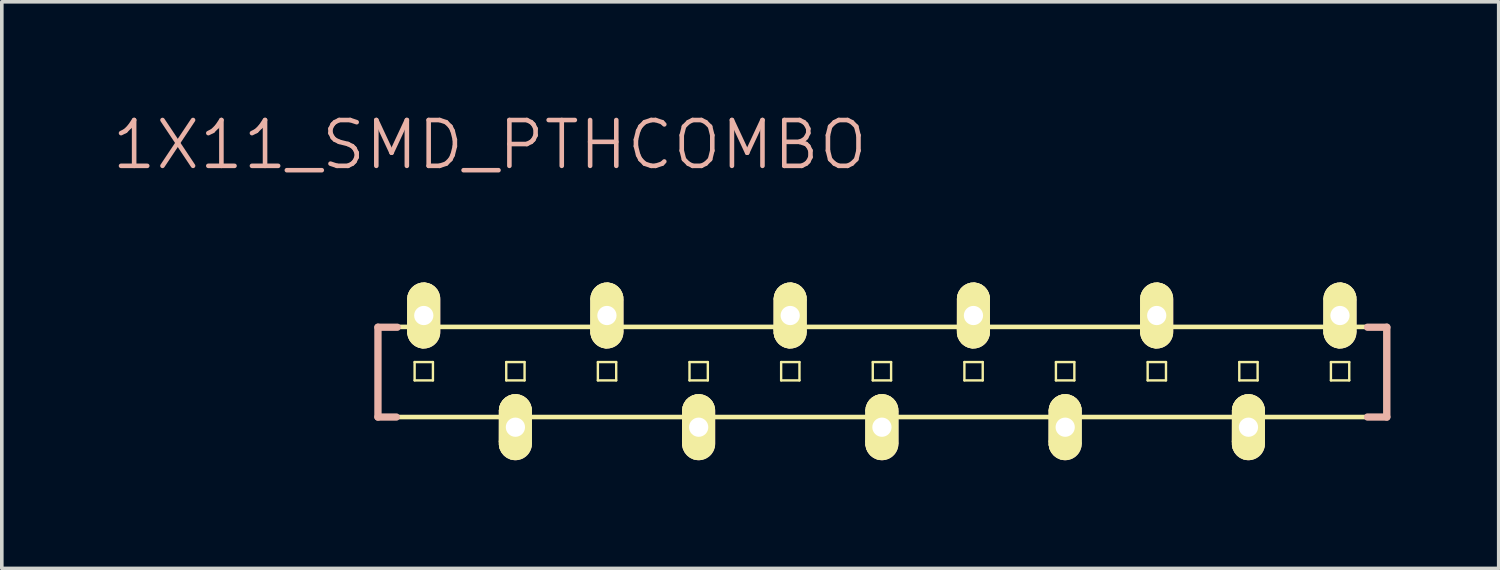
<source format=kicad_pcb>
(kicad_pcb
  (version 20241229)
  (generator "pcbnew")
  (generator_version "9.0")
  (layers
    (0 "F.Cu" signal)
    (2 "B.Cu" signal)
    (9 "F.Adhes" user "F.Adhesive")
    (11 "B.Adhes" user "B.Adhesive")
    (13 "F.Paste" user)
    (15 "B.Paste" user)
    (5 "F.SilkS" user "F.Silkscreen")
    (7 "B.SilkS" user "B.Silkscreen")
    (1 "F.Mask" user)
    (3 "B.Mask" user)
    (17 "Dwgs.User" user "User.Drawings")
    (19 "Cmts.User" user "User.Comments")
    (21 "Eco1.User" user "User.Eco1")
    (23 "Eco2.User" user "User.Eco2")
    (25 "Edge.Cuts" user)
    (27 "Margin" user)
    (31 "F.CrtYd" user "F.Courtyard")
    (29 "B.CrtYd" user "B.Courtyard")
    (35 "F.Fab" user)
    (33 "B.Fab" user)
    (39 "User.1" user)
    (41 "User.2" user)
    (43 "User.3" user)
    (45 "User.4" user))
  (footprint "1X11_SMD_PTHCOMBO"
    (layer "F.Cu")
    (at 8.697 7.24)
    (property "Reference" "1X11_SMD_PTHCOMBO" (at 1.829 -6.274 0) (layer "B.SilkS") (effects (font (size 1.27 1.27) (thickness 0.127))))
    (attr exclude_from_pos_files exclude_from_bom)
    (fp_line (start -1.27 -1.229) (end 26.67 -1.229) (stroke (width 0.127) (type solid)) (layer "F.SilkS"))
    (fp_line (start -1.27 1.27) (end -1.27 -1.229) (stroke (width 0.127) (type solid)) (layer "F.SilkS"))
    (fp_line (start -1.27 1.27) (end 26.67 1.27) (stroke (width 0.127) (type solid)) (layer "F.SilkS"))
    (fp_line (start -0.399 -1.148) (end -0.396 -1.057) (stroke (width 0.127) (type solid)) (layer "F.SilkS"))
    (fp_line (start -0.396 -2.004) (end -0.399 -1.148) (stroke (width 0.127) (type solid)) (layer "F.SilkS"))
    (fp_line (start -0.396 -1.057) (end -0.376 -0.965) (stroke (width 0.127) (type solid)) (layer "F.SilkS"))
    (fp_line (start -0.384 -2.093) (end -0.396 -2.004) (stroke (width 0.127) (type solid)) (layer "F.SilkS"))
    (fp_line (start -0.376 -0.965) (end -0.333 -0.884) (stroke (width 0.127) (type solid)) (layer "F.SilkS"))
    (fp_line (start -0.351 -2.177) (end -0.384 -2.093) (stroke (width 0.127) (type solid)) (layer "F.SilkS"))
    (fp_line (start -0.333 -0.884) (end -0.274 -0.81) (stroke (width 0.127) (type solid)) (layer "F.SilkS"))
    (fp_line (start -0.3 -2.253) (end -0.351 -2.177) (stroke (width 0.127) (type solid)) (layer "F.SilkS"))
    (fp_line (start -0.274 -0.81) (end -0.201 -0.754) (stroke (width 0.127) (type solid)) (layer "F.SilkS"))
    (fp_line (start -0.254 -0.254) (end 0.254 -0.254) (stroke (width 0.066) (type solid)) (layer "F.SilkS"))
    (fp_line (start -0.254 0.254) (end -0.254 -0.254) (stroke (width 0.066) (type solid)) (layer "F.SilkS"))
    (fp_line (start -0.254 0.254) (end 0.254 0.254) (stroke (width 0.066) (type solid)) (layer "F.SilkS"))
    (fp_line (start -0.234 -2.314) (end -0.3 -2.253) (stroke (width 0.127) (type solid)) (layer "F.SilkS"))
    (fp_line (start -0.201 -0.754) (end -0.117 -0.714) (stroke (width 0.127) (type solid)) (layer "F.SilkS"))
    (fp_line (start -0.155 -2.36) (end -0.234 -2.314) (stroke (width 0.127) (type solid)) (layer "F.SilkS"))
    (fp_line (start -0.117 -0.714) (end -0.028 -0.696) (stroke (width 0.127) (type solid)) (layer "F.SilkS"))
    (fp_line (start -0.069 -2.388) (end -0.155 -2.36) (stroke (width 0.127) (type solid)) (layer "F.SilkS"))
    (fp_line (start -0.028 -0.696) (end 0.061 -0.704) (stroke (width 0.127) (type solid)) (layer "F.SilkS"))
    (fp_line (start 0.02 -2.395) (end -0.069 -2.388) (stroke (width 0.127) (type solid)) (layer "F.SilkS"))
    (fp_line (start 0.061 -0.704) (end 0.15 -0.732) (stroke (width 0.127) (type solid)) (layer "F.SilkS"))
    (fp_line (start 0.107 -2.377) (end 0.02 -2.395) (stroke (width 0.127) (type solid)) (layer "F.SilkS"))
    (fp_line (start 0.15 -0.732) (end 0.229 -0.78) (stroke (width 0.127) (type solid)) (layer "F.SilkS"))
    (fp_line (start 0.188 -2.344) (end 0.107 -2.377) (stroke (width 0.127) (type solid)) (layer "F.SilkS"))
    (fp_line (start 0.229 -0.78) (end 0.295 -0.843) (stroke (width 0.127) (type solid)) (layer "F.SilkS"))
    (fp_line (start 0.254 0.254) (end 0.254 -0.254) (stroke (width 0.066) (type solid)) (layer "F.SilkS"))
    (fp_line (start 0.259 -2.291) (end 0.188 -2.344) (stroke (width 0.127) (type solid)) (layer "F.SilkS"))
    (fp_line (start 0.295 -0.843) (end 0.343 -0.922) (stroke (width 0.127) (type solid)) (layer "F.SilkS"))
    (fp_line (start 0.318 -2.225) (end 0.259 -2.291) (stroke (width 0.127) (type solid)) (layer "F.SilkS"))
    (fp_line (start 0.343 -0.922) (end 0.376 -1.008) (stroke (width 0.127) (type solid)) (layer "F.SilkS"))
    (fp_line (start 0.358 -2.149) (end 0.318 -2.225) (stroke (width 0.127) (type solid)) (layer "F.SilkS"))
    (fp_line (start 0.376 -1.008) (end 0.386 -1.097) (stroke (width 0.127) (type solid)) (layer "F.SilkS"))
    (fp_line (start 0.384 -2.062) (end 0.358 -2.149) (stroke (width 0.127) (type solid)) (layer "F.SilkS"))
    (fp_line (start 0.386 -1.976) (end 0.384 -2.062) (stroke (width 0.127) (type solid)) (layer "F.SilkS"))
    (fp_line (start 0.386 -1.097) (end 0.386 -1.976) (stroke (width 0.127) (type solid)) (layer "F.SilkS"))
    (fp_line (start 2.141 1.946) (end 2.144 2.037) (stroke (width 0.127) (type solid)) (layer "F.SilkS"))
    (fp_line (start 2.144 1.09) (end 2.141 1.946) (stroke (width 0.127) (type solid)) (layer "F.SilkS"))
    (fp_line (start 2.144 2.037) (end 2.164 2.129) (stroke (width 0.127) (type solid)) (layer "F.SilkS"))
    (fp_line (start 2.156 1.001) (end 2.144 1.09) (stroke (width 0.127) (type solid)) (layer "F.SilkS"))
    (fp_line (start 2.164 2.129) (end 2.207 2.21) (stroke (width 0.127) (type solid)) (layer "F.SilkS"))
    (fp_line (start 2.189 0.917) (end 2.156 1.001) (stroke (width 0.127) (type solid)) (layer "F.SilkS"))
    (fp_line (start 2.207 2.21) (end 2.266 2.283) (stroke (width 0.127) (type solid)) (layer "F.SilkS"))
    (fp_line (start 2.24 0.841) (end 2.189 0.917) (stroke (width 0.127) (type solid)) (layer "F.SilkS"))
    (fp_line (start 2.266 2.283) (end 2.339 2.339) (stroke (width 0.127) (type solid)) (layer "F.SilkS"))
    (fp_line (start 2.286 -0.254) (end 2.794 -0.254) (stroke (width 0.066) (type solid)) (layer "F.SilkS"))
    (fp_line (start 2.286 0.254) (end 2.286 -0.254) (stroke (width 0.066) (type solid)) (layer "F.SilkS"))
    (fp_line (start 2.286 0.254) (end 2.794 0.254) (stroke (width 0.066) (type solid)) (layer "F.SilkS"))
    (fp_line (start 2.306 0.78) (end 2.24 0.841) (stroke (width 0.127) (type solid)) (layer "F.SilkS"))
    (fp_line (start 2.339 2.339) (end 2.423 2.38) (stroke (width 0.127) (type solid)) (layer "F.SilkS"))
    (fp_line (start 2.385 0.734) (end 2.306 0.78) (stroke (width 0.127) (type solid)) (layer "F.SilkS"))
    (fp_line (start 2.423 2.38) (end 2.512 2.398) (stroke (width 0.127) (type solid)) (layer "F.SilkS"))
    (fp_line (start 2.471 0.706) (end 2.385 0.734) (stroke (width 0.127) (type solid)) (layer "F.SilkS"))
    (fp_line (start 2.512 2.398) (end 2.603 2.39) (stroke (width 0.127) (type solid)) (layer "F.SilkS"))
    (fp_line (start 2.563 0.699) (end 2.471 0.706) (stroke (width 0.127) (type solid)) (layer "F.SilkS"))
    (fp_line (start 2.603 2.39) (end 2.692 2.362) (stroke (width 0.127) (type solid)) (layer "F.SilkS"))
    (fp_line (start 2.649 0.716) (end 2.563 0.699) (stroke (width 0.127) (type solid)) (layer "F.SilkS"))
    (fp_line (start 2.692 2.362) (end 2.771 2.314) (stroke (width 0.127) (type solid)) (layer "F.SilkS"))
    (fp_line (start 2.731 0.749) (end 2.649 0.716) (stroke (width 0.127) (type solid)) (layer "F.SilkS"))
    (fp_line (start 2.771 2.314) (end 2.837 2.25) (stroke (width 0.127) (type solid)) (layer "F.SilkS"))
    (fp_line (start 2.794 0.254) (end 2.794 -0.254) (stroke (width 0.066) (type solid)) (layer "F.SilkS"))
    (fp_line (start 2.802 0.803) (end 2.731 0.749) (stroke (width 0.127) (type solid)) (layer "F.SilkS"))
    (fp_line (start 2.837 2.25) (end 2.885 2.172) (stroke (width 0.127) (type solid)) (layer "F.SilkS"))
    (fp_line (start 2.86 0.869) (end 2.802 0.803) (stroke (width 0.127) (type solid)) (layer "F.SilkS"))
    (fp_line (start 2.885 2.172) (end 2.918 2.085) (stroke (width 0.127) (type solid)) (layer "F.SilkS"))
    (fp_line (start 2.901 0.945) (end 2.86 0.869) (stroke (width 0.127) (type solid)) (layer "F.SilkS"))
    (fp_line (start 2.918 2.085) (end 2.929 1.996) (stroke (width 0.127) (type solid)) (layer "F.SilkS"))
    (fp_line (start 2.926 1.031) (end 2.901 0.945) (stroke (width 0.127) (type solid)) (layer "F.SilkS"))
    (fp_line (start 2.929 1.118) (end 2.926 1.031) (stroke (width 0.127) (type solid)) (layer "F.SilkS"))
    (fp_line (start 2.929 1.996) (end 2.929 1.118) (stroke (width 0.127) (type solid)) (layer "F.SilkS"))
    (fp_line (start 4.679 -1.148) (end 4.681 -1.057) (stroke (width 0.127) (type solid)) (layer "F.SilkS"))
    (fp_line (start 4.681 -2.004) (end 4.679 -1.148) (stroke (width 0.127) (type solid)) (layer "F.SilkS"))
    (fp_line (start 4.681 -1.057) (end 4.702 -0.965) (stroke (width 0.127) (type solid)) (layer "F.SilkS"))
    (fp_line (start 4.694 -2.093) (end 4.681 -2.004) (stroke (width 0.127) (type solid)) (layer "F.SilkS"))
    (fp_line (start 4.702 -0.965) (end 4.745 -0.884) (stroke (width 0.127) (type solid)) (layer "F.SilkS"))
    (fp_line (start 4.727 -2.177) (end 4.694 -2.093) (stroke (width 0.127) (type solid)) (layer "F.SilkS"))
    (fp_line (start 4.745 -0.884) (end 4.803 -0.81) (stroke (width 0.127) (type solid)) (layer "F.SilkS"))
    (fp_line (start 4.778 -2.253) (end 4.727 -2.177) (stroke (width 0.127) (type solid)) (layer "F.SilkS"))
    (fp_line (start 4.803 -0.81) (end 4.877 -0.754) (stroke (width 0.127) (type solid)) (layer "F.SilkS"))
    (fp_line (start 4.826 -0.254) (end 5.334 -0.254) (stroke (width 0.066) (type solid)) (layer "F.SilkS"))
    (fp_line (start 4.826 0.254) (end 4.826 -0.254) (stroke (width 0.066) (type solid)) (layer "F.SilkS"))
    (fp_line (start 4.826 0.254) (end 5.334 0.254) (stroke (width 0.066) (type solid)) (layer "F.SilkS"))
    (fp_line (start 4.844 -2.314) (end 4.778 -2.253) (stroke (width 0.127) (type solid)) (layer "F.SilkS"))
    (fp_line (start 4.877 -0.754) (end 4.961 -0.714) (stroke (width 0.127) (type solid)) (layer "F.SilkS"))
    (fp_line (start 4.923 -2.36) (end 4.844 -2.314) (stroke (width 0.127) (type solid)) (layer "F.SilkS"))
    (fp_line (start 4.961 -0.714) (end 5.05 -0.696) (stroke (width 0.127) (type solid)) (layer "F.SilkS"))
    (fp_line (start 5.009 -2.388) (end 4.923 -2.36) (stroke (width 0.127) (type solid)) (layer "F.SilkS"))
    (fp_line (start 5.05 -0.696) (end 5.141 -0.704) (stroke (width 0.127) (type solid)) (layer "F.SilkS"))
    (fp_line (start 5.1 -2.395) (end 5.009 -2.388) (stroke (width 0.127) (type solid)) (layer "F.SilkS"))
    (fp_line (start 5.141 -0.704) (end 5.23 -0.732) (stroke (width 0.127) (type solid)) (layer "F.SilkS"))
    (fp_line (start 5.187 -2.377) (end 5.1 -2.395) (stroke (width 0.127) (type solid)) (layer "F.SilkS"))
    (fp_line (start 5.23 -0.732) (end 5.309 -0.78) (stroke (width 0.127) (type solid)) (layer "F.SilkS"))
    (fp_line (start 5.268 -2.344) (end 5.187 -2.377) (stroke (width 0.127) (type solid)) (layer "F.SilkS"))
    (fp_line (start 5.309 -0.78) (end 5.375 -0.843) (stroke (width 0.127) (type solid)) (layer "F.SilkS"))
    (fp_line (start 5.334 0.254) (end 5.334 -0.254) (stroke (width 0.066) (type solid)) (layer "F.SilkS"))
    (fp_line (start 5.339 -2.291) (end 5.268 -2.344) (stroke (width 0.127) (type solid)) (layer "F.SilkS"))
    (fp_line (start 5.375 -0.843) (end 5.423 -0.922) (stroke (width 0.127) (type solid)) (layer "F.SilkS"))
    (fp_line (start 5.397 -2.225) (end 5.339 -2.291) (stroke (width 0.127) (type solid)) (layer "F.SilkS"))
    (fp_line (start 5.423 -0.922) (end 5.456 -1.008) (stroke (width 0.127) (type solid)) (layer "F.SilkS"))
    (fp_line (start 5.438 -2.149) (end 5.397 -2.225) (stroke (width 0.127) (type solid)) (layer "F.SilkS"))
    (fp_line (start 5.456 -1.008) (end 5.466 -1.097) (stroke (width 0.127) (type solid)) (layer "F.SilkS"))
    (fp_line (start 5.464 -2.062) (end 5.438 -2.149) (stroke (width 0.127) (type solid)) (layer "F.SilkS"))
    (fp_line (start 5.466 -1.976) (end 5.464 -2.062) (stroke (width 0.127) (type solid)) (layer "F.SilkS"))
    (fp_line (start 5.466 -1.097) (end 5.466 -1.976) (stroke (width 0.127) (type solid)) (layer "F.SilkS"))
    (fp_line (start 7.221 1.946) (end 7.224 2.037) (stroke (width 0.127) (type solid)) (layer "F.SilkS"))
    (fp_line (start 7.224 1.09) (end 7.221 1.946) (stroke (width 0.127) (type solid)) (layer "F.SilkS"))
    (fp_line (start 7.224 2.037) (end 7.244 2.129) (stroke (width 0.127) (type solid)) (layer "F.SilkS"))
    (fp_line (start 7.236 1.001) (end 7.224 1.09) (stroke (width 0.127) (type solid)) (layer "F.SilkS"))
    (fp_line (start 7.244 2.129) (end 7.287 2.21) (stroke (width 0.127) (type solid)) (layer "F.SilkS"))
    (fp_line (start 7.269 0.917) (end 7.236 1.001) (stroke (width 0.127) (type solid)) (layer "F.SilkS"))
    (fp_line (start 7.287 2.21) (end 7.346 2.283) (stroke (width 0.127) (type solid)) (layer "F.SilkS"))
    (fp_line (start 7.32 0.841) (end 7.269 0.917) (stroke (width 0.127) (type solid)) (layer "F.SilkS"))
    (fp_line (start 7.346 2.283) (end 7.419 2.339) (stroke (width 0.127) (type solid)) (layer "F.SilkS"))
    (fp_line (start 7.366 -0.254) (end 7.874 -0.254) (stroke (width 0.066) (type solid)) (layer "F.SilkS"))
    (fp_line (start 7.366 0.254) (end 7.366 -0.254) (stroke (width 0.066) (type solid)) (layer "F.SilkS"))
    (fp_line (start 7.366 0.254) (end 7.874 0.254) (stroke (width 0.066) (type solid)) (layer "F.SilkS"))
    (fp_line (start 7.386 0.78) (end 7.32 0.841) (stroke (width 0.127) (type solid)) (layer "F.SilkS"))
    (fp_line (start 7.419 2.339) (end 7.503 2.38) (stroke (width 0.127) (type solid)) (layer "F.SilkS"))
    (fp_line (start 7.465 0.734) (end 7.386 0.78) (stroke (width 0.127) (type solid)) (layer "F.SilkS"))
    (fp_line (start 7.503 2.38) (end 7.592 2.398) (stroke (width 0.127) (type solid)) (layer "F.SilkS"))
    (fp_line (start 7.551 0.706) (end 7.465 0.734) (stroke (width 0.127) (type solid)) (layer "F.SilkS"))
    (fp_line (start 7.592 2.398) (end 7.684 2.39) (stroke (width 0.127) (type solid)) (layer "F.SilkS"))
    (fp_line (start 7.643 0.699) (end 7.551 0.706) (stroke (width 0.127) (type solid)) (layer "F.SilkS"))
    (fp_line (start 7.684 2.39) (end 7.772 2.362) (stroke (width 0.127) (type solid)) (layer "F.SilkS"))
    (fp_line (start 7.729 0.716) (end 7.643 0.699) (stroke (width 0.127) (type solid)) (layer "F.SilkS"))
    (fp_line (start 7.772 2.362) (end 7.851 2.314) (stroke (width 0.127) (type solid)) (layer "F.SilkS"))
    (fp_line (start 7.811 0.749) (end 7.729 0.716) (stroke (width 0.127) (type solid)) (layer "F.SilkS"))
    (fp_line (start 7.851 2.314) (end 7.917 2.25) (stroke (width 0.127) (type solid)) (layer "F.SilkS"))
    (fp_line (start 7.874 0.254) (end 7.874 -0.254) (stroke (width 0.066) (type solid)) (layer "F.SilkS"))
    (fp_line (start 7.882 0.803) (end 7.811 0.749) (stroke (width 0.127) (type solid)) (layer "F.SilkS"))
    (fp_line (start 7.917 2.25) (end 7.965 2.172) (stroke (width 0.127) (type solid)) (layer "F.SilkS"))
    (fp_line (start 7.94 0.869) (end 7.882 0.803) (stroke (width 0.127) (type solid)) (layer "F.SilkS"))
    (fp_line (start 7.965 2.172) (end 7.998 2.085) (stroke (width 0.127) (type solid)) (layer "F.SilkS"))
    (fp_line (start 7.981 0.945) (end 7.94 0.869) (stroke (width 0.127) (type solid)) (layer "F.SilkS"))
    (fp_line (start 7.998 2.085) (end 8.009 1.996) (stroke (width 0.127) (type solid)) (layer "F.SilkS"))
    (fp_line (start 8.006 1.031) (end 7.981 0.945) (stroke (width 0.127) (type solid)) (layer "F.SilkS"))
    (fp_line (start 8.009 1.118) (end 8.006 1.031) (stroke (width 0.127) (type solid)) (layer "F.SilkS"))
    (fp_line (start 8.009 1.996) (end 8.009 1.118) (stroke (width 0.127) (type solid)) (layer "F.SilkS"))
    (fp_line (start 9.759 -1.148) (end 9.761 -1.057) (stroke (width 0.127) (type solid)) (layer "F.SilkS"))
    (fp_line (start 9.761 -2.004) (end 9.759 -1.148) (stroke (width 0.127) (type solid)) (layer "F.SilkS"))
    (fp_line (start 9.761 -1.057) (end 9.782 -0.965) (stroke (width 0.127) (type solid)) (layer "F.SilkS"))
    (fp_line (start 9.774 -2.093) (end 9.761 -2.004) (stroke (width 0.127) (type solid)) (layer "F.SilkS"))
    (fp_line (start 9.782 -0.965) (end 9.825 -0.884) (stroke (width 0.127) (type solid)) (layer "F.SilkS"))
    (fp_line (start 9.807 -2.177) (end 9.774 -2.093) (stroke (width 0.127) (type solid)) (layer "F.SilkS"))
    (fp_line (start 9.825 -0.884) (end 9.883 -0.81) (stroke (width 0.127) (type solid)) (layer "F.SilkS"))
    (fp_line (start 9.858 -2.253) (end 9.807 -2.177) (stroke (width 0.127) (type solid)) (layer "F.SilkS"))
    (fp_line (start 9.883 -0.81) (end 9.957 -0.754) (stroke (width 0.127) (type solid)) (layer "F.SilkS"))
    (fp_line (start 9.906 -0.254) (end 10.414 -0.254) (stroke (width 0.066) (type solid)) (layer "F.SilkS"))
    (fp_line (start 9.906 0.254) (end 9.906 -0.254) (stroke (width 0.066) (type solid)) (layer "F.SilkS"))
    (fp_line (start 9.906 0.254) (end 10.414 0.254) (stroke (width 0.066) (type solid)) (layer "F.SilkS"))
    (fp_line (start 9.924 -2.314) (end 9.858 -2.253) (stroke (width 0.127) (type solid)) (layer "F.SilkS"))
    (fp_line (start 9.957 -0.754) (end 10.041 -0.714) (stroke (width 0.127) (type solid)) (layer "F.SilkS"))
    (fp_line (start 10.003 -2.36) (end 9.924 -2.314) (stroke (width 0.127) (type solid)) (layer "F.SilkS"))
    (fp_line (start 10.041 -0.714) (end 10.13 -0.696) (stroke (width 0.127) (type solid)) (layer "F.SilkS"))
    (fp_line (start 10.089 -2.388) (end 10.003 -2.36) (stroke (width 0.127) (type solid)) (layer "F.SilkS"))
    (fp_line (start 10.13 -0.696) (end 10.221 -0.704) (stroke (width 0.127) (type solid)) (layer "F.SilkS"))
    (fp_line (start 10.18 -2.395) (end 10.089 -2.388) (stroke (width 0.127) (type solid)) (layer "F.SilkS"))
    (fp_line (start 10.221 -0.704) (end 10.31 -0.732) (stroke (width 0.127) (type solid)) (layer "F.SilkS"))
    (fp_line (start 10.267 -2.377) (end 10.18 -2.395) (stroke (width 0.127) (type solid)) (layer "F.SilkS"))
    (fp_line (start 10.31 -0.732) (end 10.389 -0.78) (stroke (width 0.127) (type solid)) (layer "F.SilkS"))
    (fp_line (start 10.348 -2.344) (end 10.267 -2.377) (stroke (width 0.127) (type solid)) (layer "F.SilkS"))
    (fp_line (start 10.389 -0.78) (end 10.455 -0.843) (stroke (width 0.127) (type solid)) (layer "F.SilkS"))
    (fp_line (start 10.414 0.254) (end 10.414 -0.254) (stroke (width 0.066) (type solid)) (layer "F.SilkS"))
    (fp_line (start 10.419 -2.291) (end 10.348 -2.344) (stroke (width 0.127) (type solid)) (layer "F.SilkS"))
    (fp_line (start 10.455 -0.843) (end 10.503 -0.922) (stroke (width 0.127) (type solid)) (layer "F.SilkS"))
    (fp_line (start 10.477 -2.225) (end 10.419 -2.291) (stroke (width 0.127) (type solid)) (layer "F.SilkS"))
    (fp_line (start 10.503 -0.922) (end 10.536 -1.008) (stroke (width 0.127) (type solid)) (layer "F.SilkS"))
    (fp_line (start 10.518 -2.149) (end 10.477 -2.225) (stroke (width 0.127) (type solid)) (layer "F.SilkS"))
    (fp_line (start 10.536 -1.008) (end 10.546 -1.097) (stroke (width 0.127) (type solid)) (layer "F.SilkS"))
    (fp_line (start 10.544 -2.062) (end 10.518 -2.149) (stroke (width 0.127) (type solid)) (layer "F.SilkS"))
    (fp_line (start 10.546 -1.976) (end 10.544 -2.062) (stroke (width 0.127) (type solid)) (layer "F.SilkS"))
    (fp_line (start 10.546 -1.097) (end 10.546 -1.976) (stroke (width 0.127) (type solid)) (layer "F.SilkS"))
    (fp_line (start 12.301 1.946) (end 12.304 2.037) (stroke (width 0.127) (type solid)) (layer "F.SilkS"))
    (fp_line (start 12.304 1.09) (end 12.301 1.946) (stroke (width 0.127) (type solid)) (layer "F.SilkS"))
    (fp_line (start 12.304 2.037) (end 12.324 2.129) (stroke (width 0.127) (type solid)) (layer "F.SilkS"))
    (fp_line (start 12.316 1.001) (end 12.304 1.09) (stroke (width 0.127) (type solid)) (layer "F.SilkS"))
    (fp_line (start 12.324 2.129) (end 12.367 2.21) (stroke (width 0.127) (type solid)) (layer "F.SilkS"))
    (fp_line (start 12.349 0.917) (end 12.316 1.001) (stroke (width 0.127) (type solid)) (layer "F.SilkS"))
    (fp_line (start 12.367 2.21) (end 12.426 2.283) (stroke (width 0.127) (type solid)) (layer "F.SilkS"))
    (fp_line (start 12.4 0.841) (end 12.349 0.917) (stroke (width 0.127) (type solid)) (layer "F.SilkS"))
    (fp_line (start 12.426 2.283) (end 12.499 2.339) (stroke (width 0.127) (type solid)) (layer "F.SilkS"))
    (fp_line (start 12.446 -0.254) (end 12.954 -0.254) (stroke (width 0.066) (type solid)) (layer "F.SilkS"))
    (fp_line (start 12.446 0.254) (end 12.446 -0.254) (stroke (width 0.066) (type solid)) (layer "F.SilkS"))
    (fp_line (start 12.446 0.254) (end 12.954 0.254) (stroke (width 0.066) (type solid)) (layer "F.SilkS"))
    (fp_line (start 12.466 0.78) (end 12.4 0.841) (stroke (width 0.127) (type solid)) (layer "F.SilkS"))
    (fp_line (start 12.499 2.339) (end 12.583 2.38) (stroke (width 0.127) (type solid)) (layer "F.SilkS"))
    (fp_line (start 12.545 0.734) (end 12.466 0.78) (stroke (width 0.127) (type solid)) (layer "F.SilkS"))
    (fp_line (start 12.583 2.38) (end 12.672 2.398) (stroke (width 0.127) (type solid)) (layer "F.SilkS"))
    (fp_line (start 12.631 0.706) (end 12.545 0.734) (stroke (width 0.127) (type solid)) (layer "F.SilkS"))
    (fp_line (start 12.672 2.398) (end 12.764 2.39) (stroke (width 0.127) (type solid)) (layer "F.SilkS"))
    (fp_line (start 12.723 0.699) (end 12.631 0.706) (stroke (width 0.127) (type solid)) (layer "F.SilkS"))
    (fp_line (start 12.764 2.39) (end 12.852 2.362) (stroke (width 0.127) (type solid)) (layer "F.SilkS"))
    (fp_line (start 12.809 0.716) (end 12.723 0.699) (stroke (width 0.127) (type solid)) (layer "F.SilkS"))
    (fp_line (start 12.852 2.362) (end 12.931 2.314) (stroke (width 0.127) (type solid)) (layer "F.SilkS"))
    (fp_line (start 12.89 0.749) (end 12.809 0.716) (stroke (width 0.127) (type solid)) (layer "F.SilkS"))
    (fp_line (start 12.931 2.314) (end 12.997 2.25) (stroke (width 0.127) (type solid)) (layer "F.SilkS"))
    (fp_line (start 12.954 0.254) (end 12.954 -0.254) (stroke (width 0.066) (type solid)) (layer "F.SilkS"))
    (fp_line (start 12.962 0.803) (end 12.89 0.749) (stroke (width 0.127) (type solid)) (layer "F.SilkS"))
    (fp_line (start 12.997 2.25) (end 13.045 2.172) (stroke (width 0.127) (type solid)) (layer "F.SilkS"))
    (fp_line (start 13.02 0.869) (end 12.962 0.803) (stroke (width 0.127) (type solid)) (layer "F.SilkS"))
    (fp_line (start 13.045 2.172) (end 13.078 2.085) (stroke (width 0.127) (type solid)) (layer "F.SilkS"))
    (fp_line (start 13.061 0.945) (end 13.02 0.869) (stroke (width 0.127) (type solid)) (layer "F.SilkS"))
    (fp_line (start 13.078 2.085) (end 13.089 1.996) (stroke (width 0.127) (type solid)) (layer "F.SilkS"))
    (fp_line (start 13.086 1.031) (end 13.061 0.945) (stroke (width 0.127) (type solid)) (layer "F.SilkS"))
    (fp_line (start 13.089 1.118) (end 13.086 1.031) (stroke (width 0.127) (type solid)) (layer "F.SilkS"))
    (fp_line (start 13.089 1.996) (end 13.089 1.118) (stroke (width 0.127) (type solid)) (layer "F.SilkS"))
    (fp_line (start 14.839 -1.148) (end 14.841 -1.057) (stroke (width 0.127) (type solid)) (layer "F.SilkS"))
    (fp_line (start 14.841 -2.004) (end 14.839 -1.148) (stroke (width 0.127) (type solid)) (layer "F.SilkS"))
    (fp_line (start 14.841 -1.057) (end 14.862 -0.965) (stroke (width 0.127) (type solid)) (layer "F.SilkS"))
    (fp_line (start 14.854 -2.093) (end 14.841 -2.004) (stroke (width 0.127) (type solid)) (layer "F.SilkS"))
    (fp_line (start 14.862 -0.965) (end 14.905 -0.884) (stroke (width 0.127) (type solid)) (layer "F.SilkS"))
    (fp_line (start 14.887 -2.177) (end 14.854 -2.093) (stroke (width 0.127) (type solid)) (layer "F.SilkS"))
    (fp_line (start 14.905 -0.884) (end 14.963 -0.81) (stroke (width 0.127) (type solid)) (layer "F.SilkS"))
    (fp_line (start 14.938 -2.253) (end 14.887 -2.177) (stroke (width 0.127) (type solid)) (layer "F.SilkS"))
    (fp_line (start 14.963 -0.81) (end 15.037 -0.754) (stroke (width 0.127) (type solid)) (layer "F.SilkS"))
    (fp_line (start 14.986 -0.254) (end 15.494 -0.254) (stroke (width 0.066) (type solid)) (layer "F.SilkS"))
    (fp_line (start 14.986 0.254) (end 14.986 -0.254) (stroke (width 0.066) (type solid)) (layer "F.SilkS"))
    (fp_line (start 14.986 0.254) (end 15.494 0.254) (stroke (width 0.066) (type solid)) (layer "F.SilkS"))
    (fp_line (start 15.004 -2.314) (end 14.938 -2.253) (stroke (width 0.127) (type solid)) (layer "F.SilkS"))
    (fp_line (start 15.037 -0.754) (end 15.121 -0.714) (stroke (width 0.127) (type solid)) (layer "F.SilkS"))
    (fp_line (start 15.083 -2.36) (end 15.004 -2.314) (stroke (width 0.127) (type solid)) (layer "F.SilkS"))
    (fp_line (start 15.121 -0.714) (end 15.21 -0.696) (stroke (width 0.127) (type solid)) (layer "F.SilkS"))
    (fp_line (start 15.169 -2.388) (end 15.083 -2.36) (stroke (width 0.127) (type solid)) (layer "F.SilkS"))
    (fp_line (start 15.21 -0.696) (end 15.301 -0.704) (stroke (width 0.127) (type solid)) (layer "F.SilkS"))
    (fp_line (start 15.26 -2.395) (end 15.169 -2.388) (stroke (width 0.127) (type solid)) (layer "F.SilkS"))
    (fp_line (start 15.301 -0.704) (end 15.39 -0.732) (stroke (width 0.127) (type solid)) (layer "F.SilkS"))
    (fp_line (start 15.347 -2.377) (end 15.26 -2.395) (stroke (width 0.127) (type solid)) (layer "F.SilkS"))
    (fp_line (start 15.39 -0.732) (end 15.469 -0.78) (stroke (width 0.127) (type solid)) (layer "F.SilkS"))
    (fp_line (start 15.428 -2.344) (end 15.347 -2.377) (stroke (width 0.127) (type solid)) (layer "F.SilkS"))
    (fp_line (start 15.469 -0.78) (end 15.535 -0.843) (stroke (width 0.127) (type solid)) (layer "F.SilkS"))
    (fp_line (start 15.494 0.254) (end 15.494 -0.254) (stroke (width 0.066) (type solid)) (layer "F.SilkS"))
    (fp_line (start 15.499 -2.291) (end 15.428 -2.344) (stroke (width 0.127) (type solid)) (layer "F.SilkS"))
    (fp_line (start 15.535 -0.843) (end 15.583 -0.922) (stroke (width 0.127) (type solid)) (layer "F.SilkS"))
    (fp_line (start 15.557 -2.225) (end 15.499 -2.291) (stroke (width 0.127) (type solid)) (layer "F.SilkS"))
    (fp_line (start 15.583 -0.922) (end 15.616 -1.008) (stroke (width 0.127) (type solid)) (layer "F.SilkS"))
    (fp_line (start 15.598 -2.149) (end 15.557 -2.225) (stroke (width 0.127) (type solid)) (layer "F.SilkS"))
    (fp_line (start 15.616 -1.008) (end 15.626 -1.097) (stroke (width 0.127) (type solid)) (layer "F.SilkS"))
    (fp_line (start 15.624 -2.062) (end 15.598 -2.149) (stroke (width 0.127) (type solid)) (layer "F.SilkS"))
    (fp_line (start 15.626 -1.976) (end 15.624 -2.062) (stroke (width 0.127) (type solid)) (layer "F.SilkS"))
    (fp_line (start 15.626 -1.097) (end 15.626 -1.976) (stroke (width 0.127) (type solid)) (layer "F.SilkS"))
    (fp_line (start 17.381 1.946) (end 17.384 2.037) (stroke (width 0.127) (type solid)) (layer "F.SilkS"))
    (fp_line (start 17.384 1.09) (end 17.381 1.946) (stroke (width 0.127) (type solid)) (layer "F.SilkS"))
    (fp_line (start 17.384 2.037) (end 17.404 2.129) (stroke (width 0.127) (type solid)) (layer "F.SilkS"))
    (fp_line (start 17.396 1.001) (end 17.384 1.09) (stroke (width 0.127) (type solid)) (layer "F.SilkS"))
    (fp_line (start 17.404 2.129) (end 17.447 2.21) (stroke (width 0.127) (type solid)) (layer "F.SilkS"))
    (fp_line (start 17.429 0.917) (end 17.396 1.001) (stroke (width 0.127) (type solid)) (layer "F.SilkS"))
    (fp_line (start 17.447 2.21) (end 17.506 2.283) (stroke (width 0.127) (type solid)) (layer "F.SilkS"))
    (fp_line (start 17.48 0.841) (end 17.429 0.917) (stroke (width 0.127) (type solid)) (layer "F.SilkS"))
    (fp_line (start 17.506 2.283) (end 17.579 2.339) (stroke (width 0.127) (type solid)) (layer "F.SilkS"))
    (fp_line (start 17.523 -0.254) (end 18.034 -0.254) (stroke (width 0.066) (type solid)) (layer "F.SilkS"))
    (fp_line (start 17.523 0.254) (end 17.523 -0.254) (stroke (width 0.066) (type solid)) (layer "F.SilkS"))
    (fp_line (start 17.523 0.254) (end 18.034 0.254) (stroke (width 0.066) (type solid)) (layer "F.SilkS"))
    (fp_line (start 17.546 0.78) (end 17.48 0.841) (stroke (width 0.127) (type solid)) (layer "F.SilkS"))
    (fp_line (start 17.579 2.339) (end 17.663 2.38) (stroke (width 0.127) (type solid)) (layer "F.SilkS"))
    (fp_line (start 17.625 0.734) (end 17.546 0.78) (stroke (width 0.127) (type solid)) (layer "F.SilkS"))
    (fp_line (start 17.663 2.38) (end 17.752 2.398) (stroke (width 0.127) (type solid)) (layer "F.SilkS"))
    (fp_line (start 17.711 0.706) (end 17.625 0.734) (stroke (width 0.127) (type solid)) (layer "F.SilkS"))
    (fp_line (start 17.752 2.398) (end 17.843 2.39) (stroke (width 0.127) (type solid)) (layer "F.SilkS"))
    (fp_line (start 17.803 0.699) (end 17.711 0.706) (stroke (width 0.127) (type solid)) (layer "F.SilkS"))
    (fp_line (start 17.843 2.39) (end 17.932 2.362) (stroke (width 0.127) (type solid)) (layer "F.SilkS"))
    (fp_line (start 17.889 0.716) (end 17.803 0.699) (stroke (width 0.127) (type solid)) (layer "F.SilkS"))
    (fp_line (start 17.932 2.362) (end 18.011 2.314) (stroke (width 0.127) (type solid)) (layer "F.SilkS"))
    (fp_line (start 17.971 0.749) (end 17.889 0.716) (stroke (width 0.127) (type solid)) (layer "F.SilkS"))
    (fp_line (start 18.011 2.314) (end 18.077 2.25) (stroke (width 0.127) (type solid)) (layer "F.SilkS"))
    (fp_line (start 18.034 0.254) (end 18.034 -0.254) (stroke (width 0.066) (type solid)) (layer "F.SilkS"))
    (fp_line (start 18.042 0.803) (end 17.971 0.749) (stroke (width 0.127) (type solid)) (layer "F.SilkS"))
    (fp_line (start 18.077 2.25) (end 18.125 2.172) (stroke (width 0.127) (type solid)) (layer "F.SilkS"))
    (fp_line (start 18.1 0.869) (end 18.042 0.803) (stroke (width 0.127) (type solid)) (layer "F.SilkS"))
    (fp_line (start 18.125 2.172) (end 18.158 2.085) (stroke (width 0.127) (type solid)) (layer "F.SilkS"))
    (fp_line (start 18.141 0.945) (end 18.1 0.869) (stroke (width 0.127) (type solid)) (layer "F.SilkS"))
    (fp_line (start 18.158 2.085) (end 18.169 1.996) (stroke (width 0.127) (type solid)) (layer "F.SilkS"))
    (fp_line (start 18.166 1.031) (end 18.141 0.945) (stroke (width 0.127) (type solid)) (layer "F.SilkS"))
    (fp_line (start 18.169 1.118) (end 18.166 1.031) (stroke (width 0.127) (type solid)) (layer "F.SilkS"))
    (fp_line (start 18.169 1.996) (end 18.169 1.118) (stroke (width 0.127) (type solid)) (layer "F.SilkS"))
    (fp_line (start 19.919 -1.148) (end 19.921 -1.057) (stroke (width 0.127) (type solid)) (layer "F.SilkS"))
    (fp_line (start 19.921 -2.004) (end 19.919 -1.148) (stroke (width 0.127) (type solid)) (layer "F.SilkS"))
    (fp_line (start 19.921 -1.057) (end 19.942 -0.965) (stroke (width 0.127) (type solid)) (layer "F.SilkS"))
    (fp_line (start 19.934 -2.093) (end 19.921 -2.004) (stroke (width 0.127) (type solid)) (layer "F.SilkS"))
    (fp_line (start 19.942 -0.965) (end 19.985 -0.884) (stroke (width 0.127) (type solid)) (layer "F.SilkS"))
    (fp_line (start 19.967 -2.177) (end 19.934 -2.093) (stroke (width 0.127) (type solid)) (layer "F.SilkS"))
    (fp_line (start 19.985 -0.884) (end 20.043 -0.81) (stroke (width 0.127) (type solid)) (layer "F.SilkS"))
    (fp_line (start 20.018 -2.253) (end 19.967 -2.177) (stroke (width 0.127) (type solid)) (layer "F.SilkS"))
    (fp_line (start 20.043 -0.81) (end 20.117 -0.754) (stroke (width 0.127) (type solid)) (layer "F.SilkS"))
    (fp_line (start 20.066 -0.254) (end 20.574 -0.254) (stroke (width 0.066) (type solid)) (layer "F.SilkS"))
    (fp_line (start 20.066 0.254) (end 20.066 -0.254) (stroke (width 0.066) (type solid)) (layer "F.SilkS"))
    (fp_line (start 20.066 0.254) (end 20.574 0.254) (stroke (width 0.066) (type solid)) (layer "F.SilkS"))
    (fp_line (start 20.084 -2.314) (end 20.018 -2.253) (stroke (width 0.127) (type solid)) (layer "F.SilkS"))
    (fp_line (start 20.117 -0.754) (end 20.201 -0.714) (stroke (width 0.127) (type solid)) (layer "F.SilkS"))
    (fp_line (start 20.163 -2.36) (end 20.084 -2.314) (stroke (width 0.127) (type solid)) (layer "F.SilkS"))
    (fp_line (start 20.201 -0.714) (end 20.29 -0.696) (stroke (width 0.127) (type solid)) (layer "F.SilkS"))
    (fp_line (start 20.249 -2.388) (end 20.163 -2.36) (stroke (width 0.127) (type solid)) (layer "F.SilkS"))
    (fp_line (start 20.29 -0.696) (end 20.381 -0.704) (stroke (width 0.127) (type solid)) (layer "F.SilkS"))
    (fp_line (start 20.34 -2.395) (end 20.249 -2.388) (stroke (width 0.127) (type solid)) (layer "F.SilkS"))
    (fp_line (start 20.381 -0.704) (end 20.47 -0.732) (stroke (width 0.127) (type solid)) (layer "F.SilkS"))
    (fp_line (start 20.427 -2.377) (end 20.34 -2.395) (stroke (width 0.127) (type solid)) (layer "F.SilkS"))
    (fp_line (start 20.47 -0.732) (end 20.549 -0.78) (stroke (width 0.127) (type solid)) (layer "F.SilkS"))
    (fp_line (start 20.508 -2.344) (end 20.427 -2.377) (stroke (width 0.127) (type solid)) (layer "F.SilkS"))
    (fp_line (start 20.549 -0.78) (end 20.615 -0.843) (stroke (width 0.127) (type solid)) (layer "F.SilkS"))
    (fp_line (start 20.574 0.254) (end 20.574 -0.254) (stroke (width 0.066) (type solid)) (layer "F.SilkS"))
    (fp_line (start 20.579 -2.291) (end 20.508 -2.344) (stroke (width 0.127) (type solid)) (layer "F.SilkS"))
    (fp_line (start 20.615 -0.843) (end 20.663 -0.922) (stroke (width 0.127) (type solid)) (layer "F.SilkS"))
    (fp_line (start 20.637 -2.225) (end 20.579 -2.291) (stroke (width 0.127) (type solid)) (layer "F.SilkS"))
    (fp_line (start 20.663 -0.922) (end 20.696 -1.008) (stroke (width 0.127) (type solid)) (layer "F.SilkS"))
    (fp_line (start 20.678 -2.149) (end 20.637 -2.225) (stroke (width 0.127) (type solid)) (layer "F.SilkS"))
    (fp_line (start 20.696 -1.008) (end 20.706 -1.097) (stroke (width 0.127) (type solid)) (layer "F.SilkS"))
    (fp_line (start 20.704 -2.062) (end 20.678 -2.149) (stroke (width 0.127) (type solid)) (layer "F.SilkS"))
    (fp_line (start 20.706 -1.976) (end 20.704 -2.062) (stroke (width 0.127) (type solid)) (layer "F.SilkS"))
    (fp_line (start 20.706 -1.097) (end 20.706 -1.976) (stroke (width 0.127) (type solid)) (layer "F.SilkS"))
    (fp_line (start 22.461 1.946) (end 22.464 2.037) (stroke (width 0.127) (type solid)) (layer "F.SilkS"))
    (fp_line (start 22.464 1.09) (end 22.461 1.946) (stroke (width 0.127) (type solid)) (layer "F.SilkS"))
    (fp_line (start 22.464 2.037) (end 22.484 2.129) (stroke (width 0.127) (type solid)) (layer "F.SilkS"))
    (fp_line (start 22.476 1.001) (end 22.464 1.09) (stroke (width 0.127) (type solid)) (layer "F.SilkS"))
    (fp_line (start 22.484 2.129) (end 22.527 2.21) (stroke (width 0.127) (type solid)) (layer "F.SilkS"))
    (fp_line (start 22.509 0.917) (end 22.476 1.001) (stroke (width 0.127) (type solid)) (layer "F.SilkS"))
    (fp_line (start 22.527 2.21) (end 22.586 2.283) (stroke (width 0.127) (type solid)) (layer "F.SilkS"))
    (fp_line (start 22.56 0.841) (end 22.509 0.917) (stroke (width 0.127) (type solid)) (layer "F.SilkS"))
    (fp_line (start 22.586 2.283) (end 22.659 2.339) (stroke (width 0.127) (type solid)) (layer "F.SilkS"))
    (fp_line (start 22.606 -0.254) (end 23.114 -0.254) (stroke (width 0.066) (type solid)) (layer "F.SilkS"))
    (fp_line (start 22.606 0.254) (end 22.606 -0.254) (stroke (width 0.066) (type solid)) (layer "F.SilkS"))
    (fp_line (start 22.606 0.254) (end 23.114 0.254) (stroke (width 0.066) (type solid)) (layer "F.SilkS"))
    (fp_line (start 22.626 0.78) (end 22.56 0.841) (stroke (width 0.127) (type solid)) (layer "F.SilkS"))
    (fp_line (start 22.659 2.339) (end 22.743 2.38) (stroke (width 0.127) (type solid)) (layer "F.SilkS"))
    (fp_line (start 22.705 0.734) (end 22.626 0.78) (stroke (width 0.127) (type solid)) (layer "F.SilkS"))
    (fp_line (start 22.743 2.38) (end 22.832 2.398) (stroke (width 0.127) (type solid)) (layer "F.SilkS"))
    (fp_line (start 22.791 0.706) (end 22.705 0.734) (stroke (width 0.127) (type solid)) (layer "F.SilkS"))
    (fp_line (start 22.832 2.398) (end 22.924 2.39) (stroke (width 0.127) (type solid)) (layer "F.SilkS"))
    (fp_line (start 22.883 0.699) (end 22.791 0.706) (stroke (width 0.127) (type solid)) (layer "F.SilkS"))
    (fp_line (start 22.924 2.39) (end 23.012 2.362) (stroke (width 0.127) (type solid)) (layer "F.SilkS"))
    (fp_line (start 22.969 0.716) (end 22.883 0.699) (stroke (width 0.127) (type solid)) (layer "F.SilkS"))
    (fp_line (start 23.012 2.362) (end 23.091 2.314) (stroke (width 0.127) (type solid)) (layer "F.SilkS"))
    (fp_line (start 23.05 0.749) (end 22.969 0.716) (stroke (width 0.127) (type solid)) (layer "F.SilkS"))
    (fp_line (start 23.091 2.314) (end 23.157 2.25) (stroke (width 0.127) (type solid)) (layer "F.SilkS"))
    (fp_line (start 23.114 0.254) (end 23.114 -0.254) (stroke (width 0.066) (type solid)) (layer "F.SilkS"))
    (fp_line (start 23.122 0.803) (end 23.05 0.749) (stroke (width 0.127) (type solid)) (layer "F.SilkS"))
    (fp_line (start 23.157 2.25) (end 23.205 2.172) (stroke (width 0.127) (type solid)) (layer "F.SilkS"))
    (fp_line (start 23.18 0.869) (end 23.122 0.803) (stroke (width 0.127) (type solid)) (layer "F.SilkS"))
    (fp_line (start 23.205 2.172) (end 23.238 2.085) (stroke (width 0.127) (type solid)) (layer "F.SilkS"))
    (fp_line (start 23.221 0.945) (end 23.18 0.869) (stroke (width 0.127) (type solid)) (layer "F.SilkS"))
    (fp_line (start 23.238 2.085) (end 23.249 1.996) (stroke (width 0.127) (type solid)) (layer "F.SilkS"))
    (fp_line (start 23.246 1.031) (end 23.221 0.945) (stroke (width 0.127) (type solid)) (layer "F.SilkS"))
    (fp_line (start 23.249 1.118) (end 23.246 1.031) (stroke (width 0.127) (type solid)) (layer "F.SilkS"))
    (fp_line (start 23.249 1.996) (end 23.249 1.118) (stroke (width 0.127) (type solid)) (layer "F.SilkS"))
    (fp_line (start 24.999 -1.148) (end 25.001 -1.057) (stroke (width 0.127) (type solid)) (layer "F.SilkS"))
    (fp_line (start 25.001 -2.004) (end 24.999 -1.148) (stroke (width 0.127) (type solid)) (layer "F.SilkS"))
    (fp_line (start 25.001 -1.057) (end 25.022 -0.965) (stroke (width 0.127) (type solid)) (layer "F.SilkS"))
    (fp_line (start 25.014 -2.093) (end 25.001 -2.004) (stroke (width 0.127) (type solid)) (layer "F.SilkS"))
    (fp_line (start 25.022 -0.965) (end 25.065 -0.884) (stroke (width 0.127) (type solid)) (layer "F.SilkS"))
    (fp_line (start 25.047 -2.177) (end 25.014 -2.093) (stroke (width 0.127) (type solid)) (layer "F.SilkS"))
    (fp_line (start 25.065 -0.884) (end 25.123 -0.81) (stroke (width 0.127) (type solid)) (layer "F.SilkS"))
    (fp_line (start 25.098 -2.253) (end 25.047 -2.177) (stroke (width 0.127) (type solid)) (layer "F.SilkS"))
    (fp_line (start 25.123 -0.81) (end 25.197 -0.754) (stroke (width 0.127) (type solid)) (layer "F.SilkS"))
    (fp_line (start 25.146 -0.254) (end 25.654 -0.254) (stroke (width 0.066) (type solid)) (layer "F.SilkS"))
    (fp_line (start 25.146 0.254) (end 25.146 -0.254) (stroke (width 0.066) (type solid)) (layer "F.SilkS"))
    (fp_line (start 25.146 0.254) (end 25.654 0.254) (stroke (width 0.066) (type solid)) (layer "F.SilkS"))
    (fp_line (start 25.164 -2.314) (end 25.098 -2.253) (stroke (width 0.127) (type solid)) (layer "F.SilkS"))
    (fp_line (start 25.197 -0.754) (end 25.281 -0.714) (stroke (width 0.127) (type solid)) (layer "F.SilkS"))
    (fp_line (start 25.243 -2.36) (end 25.164 -2.314) (stroke (width 0.127) (type solid)) (layer "F.SilkS"))
    (fp_line (start 25.281 -0.714) (end 25.37 -0.696) (stroke (width 0.127) (type solid)) (layer "F.SilkS"))
    (fp_line (start 25.329 -2.388) (end 25.243 -2.36) (stroke (width 0.127) (type solid)) (layer "F.SilkS"))
    (fp_line (start 25.37 -0.696) (end 25.461 -0.704) (stroke (width 0.127) (type solid)) (layer "F.SilkS"))
    (fp_line (start 25.42 -2.395) (end 25.329 -2.388) (stroke (width 0.127) (type solid)) (layer "F.SilkS"))
    (fp_line (start 25.461 -0.704) (end 25.55 -0.732) (stroke (width 0.127) (type solid)) (layer "F.SilkS"))
    (fp_line (start 25.507 -2.377) (end 25.42 -2.395) (stroke (width 0.127) (type solid)) (layer "F.SilkS"))
    (fp_line (start 25.55 -0.732) (end 25.629 -0.78) (stroke (width 0.127) (type solid)) (layer "F.SilkS"))
    (fp_line (start 25.588 -2.344) (end 25.507 -2.377) (stroke (width 0.127) (type solid)) (layer "F.SilkS"))
    (fp_line (start 25.629 -0.78) (end 25.695 -0.843) (stroke (width 0.127) (type solid)) (layer "F.SilkS"))
    (fp_line (start 25.654 0.254) (end 25.654 -0.254) (stroke (width 0.066) (type solid)) (layer "F.SilkS"))
    (fp_line (start 25.659 -2.291) (end 25.588 -2.344) (stroke (width 0.127) (type solid)) (layer "F.SilkS"))
    (fp_line (start 25.695 -0.843) (end 25.743 -0.922) (stroke (width 0.127) (type solid)) (layer "F.SilkS"))
    (fp_line (start 25.718 -2.225) (end 25.659 -2.291) (stroke (width 0.127) (type solid)) (layer "F.SilkS"))
    (fp_line (start 25.743 -0.922) (end 25.776 -1.008) (stroke (width 0.127) (type solid)) (layer "F.SilkS"))
    (fp_line (start 25.758 -2.149) (end 25.718 -2.225) (stroke (width 0.127) (type solid)) (layer "F.SilkS"))
    (fp_line (start 25.776 -1.008) (end 25.786 -1.097) (stroke (width 0.127) (type solid)) (layer "F.SilkS"))
    (fp_line (start 25.784 -2.062) (end 25.758 -2.149) (stroke (width 0.127) (type solid)) (layer "F.SilkS"))
    (fp_line (start 25.786 -1.976) (end 25.784 -2.062) (stroke (width 0.127) (type solid)) (layer "F.SilkS"))
    (fp_line (start 25.786 -1.097) (end 25.786 -1.976) (stroke (width 0.127) (type solid)) (layer "F.SilkS"))
    (fp_line (start 26.67 1.27) (end 26.67 -1.229) (stroke (width 0.127) (type solid)) (layer "F.SilkS"))
    (fp_line (start -1.27 -1.219) (end -1.27 1.27) (stroke (width 0.203) (type solid)) (layer "B.SilkS"))
    (fp_line (start -1.27 1.27) (end -0.762 1.27) (stroke (width 0.203) (type solid)) (layer "B.SilkS"))
    (fp_line (start -0.737 -1.219) (end -1.27 -1.219) (stroke (width 0.203) (type solid)) (layer "B.SilkS"))
    (fp_line (start 26.695 -1.219) (end 26.162 -1.219) (stroke (width 0.203) (type solid)) (layer "B.SilkS"))
    (fp_line (start 26.695 -1.219) (end 26.695 1.27) (stroke (width 0.203) (type solid)) (layer "B.SilkS"))
    (fp_line (start 26.695 1.27) (end 26.162 1.27) (stroke (width 0.203) (type solid)) (layer "B.SilkS"))
    (pad "1" thru_hole oval (at 0 -1.544 180) (size 0.914 1.829) (drill 0.533) (layers "*.Cu" "F.Mask" "F.SilkS" "F.Paste"))
    (pad "2" thru_hole oval (at 2.54 1.552 180) (size 0.914 1.829) (drill 0.533) (layers "*.Cu" "F.Mask" "F.SilkS" "F.Paste"))
    (pad "3" thru_hole oval (at 5.077 -1.544 180) (size 0.914 1.829) (drill 0.533) (layers "*.Cu" "F.Mask" "F.SilkS" "F.Paste"))
    (pad "4" thru_hole oval (at 7.62 1.552 180) (size 0.914 1.829) (drill 0.533) (layers "*.Cu" "F.Mask" "F.SilkS" "F.Paste"))
    (pad "5" thru_hole oval (at 10.157 -1.544 180) (size 0.914 1.829) (drill 0.533) (layers "*.Cu" "F.Mask" "F.SilkS" "F.Paste"))
    (pad "6" thru_hole oval (at 12.7 1.552 180) (size 0.914 1.829) (drill 0.533) (layers "*.Cu" "F.Mask" "F.SilkS" "F.Paste"))
    (pad "7" thru_hole oval (at 15.237 -1.544 180) (size 0.914 1.829) (drill 0.533) (layers "*.Cu" "F.Mask" "F.SilkS" "F.Paste"))
    (pad "8" thru_hole oval (at 17.78 1.552 180) (size 0.914 1.829) (drill 0.533) (layers "*.Cu" "F.Mask" "F.SilkS" "F.Paste"))
    (pad "9" thru_hole oval (at 20.317 -1.544 180) (size 0.914 1.829) (drill 0.533) (layers "*.Cu" "F.Mask" "F.SilkS" "F.Paste"))
    (pad "10" thru_hole oval (at 22.86 1.552 180) (size 0.914 1.829) (drill 0.533) (layers "*.Cu" "F.Mask" "F.SilkS" "F.Paste"))
    (pad "11" thru_hole oval (at 25.397 -1.544 180) (size 0.914 1.829) (drill 0.533) (layers "*.Cu" "F.Mask" "F.SilkS" "F.Paste")))
  (gr_rect
    (start -3 -3)
    (end 38.494 12.706)
    (stroke (width 0.1) (type default))
    (fill no)
    (layer "Edge.Cuts")))
</source>
